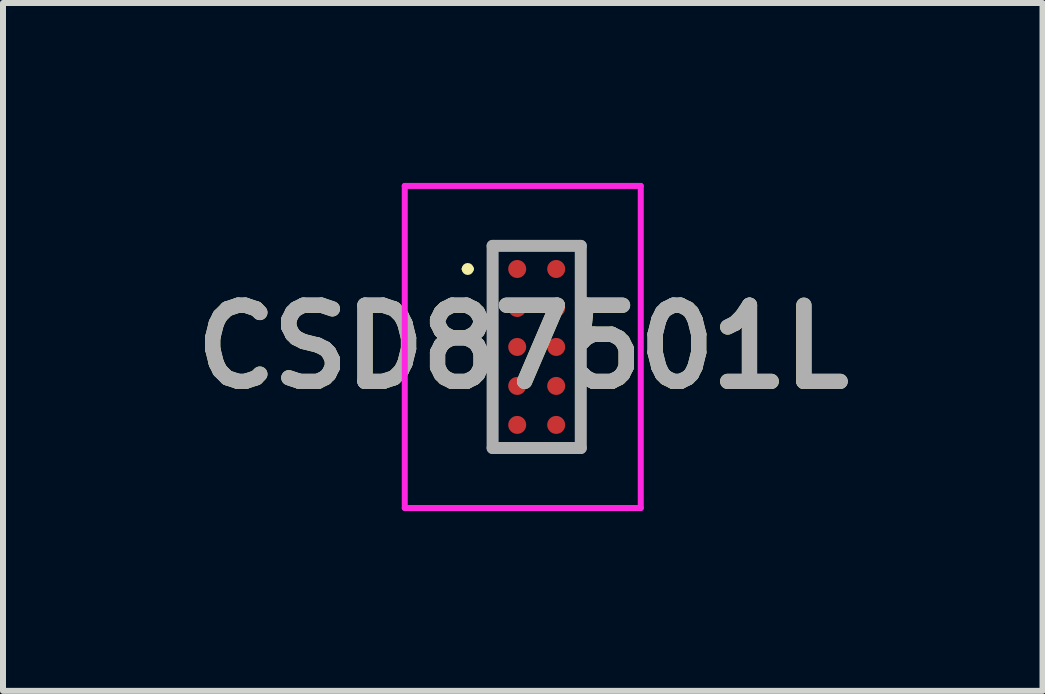
<source format=kicad_pcb>
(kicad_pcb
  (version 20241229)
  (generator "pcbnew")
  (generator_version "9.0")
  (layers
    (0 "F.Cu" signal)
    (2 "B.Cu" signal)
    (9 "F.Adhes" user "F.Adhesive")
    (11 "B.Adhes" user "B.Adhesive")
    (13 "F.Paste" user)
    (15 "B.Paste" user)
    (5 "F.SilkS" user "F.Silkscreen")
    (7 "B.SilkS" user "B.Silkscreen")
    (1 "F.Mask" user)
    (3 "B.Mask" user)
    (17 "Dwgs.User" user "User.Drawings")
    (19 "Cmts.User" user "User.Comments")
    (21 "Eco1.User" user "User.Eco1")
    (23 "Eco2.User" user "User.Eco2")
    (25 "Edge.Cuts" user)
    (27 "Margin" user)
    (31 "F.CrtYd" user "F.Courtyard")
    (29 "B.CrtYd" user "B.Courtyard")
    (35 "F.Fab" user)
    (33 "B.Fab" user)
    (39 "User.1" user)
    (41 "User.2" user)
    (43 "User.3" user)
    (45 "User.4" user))
  (footprint "CSD87501L"
    (layer "F.Cu")
    (at 5.899 2.735)
    (property "Reference" "CSD87501L" (at -0.232 0 0) (layer "F.SilkS") (effects (font (size 1.27 1.27) (thickness 0.254))))
    (attr smd)
    (fp_line (start -1.2 -1.3) (end -1.2 -1.3) (stroke (width 0.1) (type solid)) (layer "F.SilkS"))
    (fp_line (start -1.1 -1.3) (end -1.1 -1.3) (stroke (width 0.1) (type solid)) (layer "F.SilkS"))
    (fp_line (start -0.735 -1.685) (end 0.735 -1.685) (stroke (width 0.1) (type solid)) (layer "F.SilkS"))
    (fp_line (start -0.735 1.685) (end -0.735 -1.685) (stroke (width 0.1) (type solid)) (layer "F.SilkS"))
    (fp_line (start 0.735 -1.685) (end 0.735 1.685) (stroke (width 0.1) (type solid)) (layer "F.SilkS"))
    (fp_line (start 0.735 1.685) (end -0.735 1.685) (stroke (width 0.1) (type solid)) (layer "F.SilkS"))
    (fp_arc (start -1.2 -1.3) (mid -1.15 -1.35) (end -1.1 -1.3) (stroke (width 0.1) (type solid)) (layer "F.SilkS"))
    (fp_arc (start -1.1 -1.3) (mid -1.15 -1.25) (end -1.2 -1.3) (stroke (width 0.1) (type solid)) (layer "F.SilkS"))
    (fp_line (start -2.2 -2.685) (end 1.735 -2.685) (stroke (width 0.1) (type solid)) (layer "F.CrtYd"))
    (fp_line (start -2.2 2.685) (end -2.2 -2.685) (stroke (width 0.1) (type solid)) (layer "F.CrtYd"))
    (fp_line (start 1.735 -2.685) (end 1.735 2.685) (stroke (width 0.1) (type solid)) (layer "F.CrtYd"))
    (fp_line (start 1.735 2.685) (end -2.2 2.685) (stroke (width 0.1) (type solid)) (layer "F.CrtYd"))
    (fp_line (start -0.735 -1.685) (end 0.735 -1.685) (stroke (width 0.2) (type solid)) (layer "F.Fab"))
    (fp_line (start -0.735 1.685) (end -0.735 -1.685) (stroke (width 0.2) (type solid)) (layer "F.Fab"))
    (fp_line (start 0.735 -1.685) (end 0.735 1.685) (stroke (width 0.2) (type solid)) (layer "F.Fab"))
    (fp_line (start 0.735 1.685) (end -0.735 1.685) (stroke (width 0.2) (type solid)) (layer "F.Fab"))
    (fp_text user "${REFERENCE}" (at -0.232 0 0) (layer "F.Fab") (effects (font (size 1.27 1.27) (thickness 0.254))))
    (pad "A1" smd circle (at -0.325 -1.3 90) (size 0.3 0.3) (layers "F.Cu" "F.Mask" "F.Paste"))
    (pad "A2" smd circle (at 0.325 -1.3 90) (size 0.3 0.3) (layers "F.Cu" "F.Mask" "F.Paste"))
    (pad "B1" smd circle (at -0.325 -0.65 90) (size 0.3 0.3) (layers "F.Cu" "F.Mask" "F.Paste"))
    (pad "B2" smd circle (at 0.325 -0.65 90) (size 0.3 0.3) (layers "F.Cu" "F.Mask" "F.Paste"))
    (pad "C1" smd circle (at -0.325 0 90) (size 0.3 0.3) (layers "F.Cu" "F.Mask" "F.Paste"))
    (pad "C2" smd circle (at 0.325 0 90) (size 0.3 0.3) (layers "F.Cu" "F.Mask" "F.Paste"))
    (pad "D1" smd circle (at -0.325 0.65 90) (size 0.3 0.3) (layers "F.Cu" "F.Mask" "F.Paste"))
    (pad "D2" smd circle (at 0.325 0.65 90) (size 0.3 0.3) (layers "F.Cu" "F.Mask" "F.Paste"))
    (pad "E1" smd circle (at -0.325 1.3 90) (size 0.3 0.3) (layers "F.Cu" "F.Mask" "F.Paste"))
    (pad "E2" smd circle (at 0.325 1.3 90) (size 0.3 0.3) (layers "F.Cu" "F.Mask" "F.Paste")))
  (gr_rect
    (start -3 -3)
    (end 14.333 8.47)
    (stroke (width 0.1) (type default))
    (fill no)
    (layer "Edge.Cuts")))
</source>
